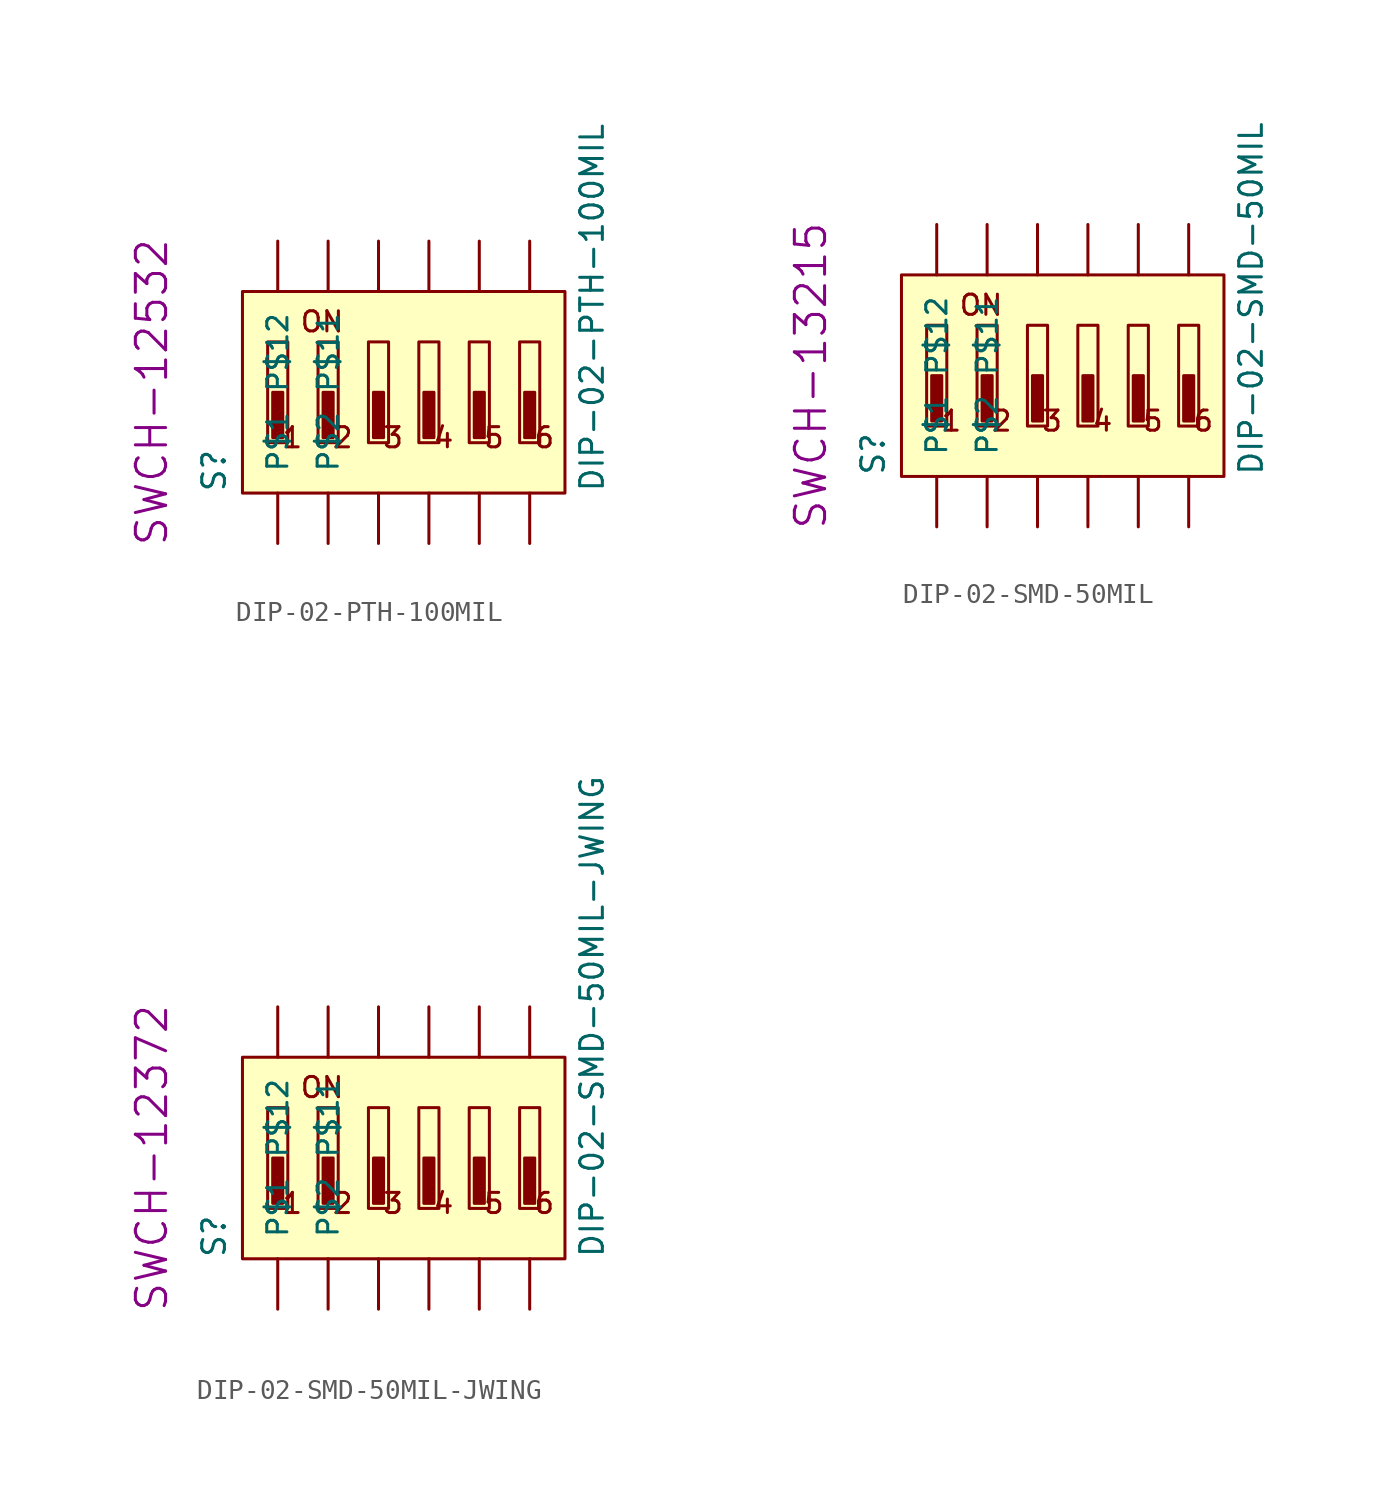
<source format=kicad_sym>
(kicad_symbol_lib
  (version 20201005)
  (generator kicad_symbol_editor)
  (symbol "DIP-02-PTH-100MIL"
    (pin_numbers hide)
    (pin_names
      (offset 1.016))
    (property "Reference" "S"
      (at -2.54 -5.08 90)
      (effects (font (size 1.143 1.143)) (justify left bottom)))
    (property "Value" "DIP-02-PTH-100MIL"
      (at 16.51 -5.08 90)
      (effects (font (size 1.143 1.143)) (justify left bottom)))
    (property "Field4" "SWCH-12532"
      (at -6.35 0 90)
      (effects (font (size 1.524 1.524))))
    (property "ki_locked" ""
      (at 0 0 0)
      (effects (font (size 1.27 1.27))))
    (symbol "DIP-02-PTH-100MIL_1_0"
      (text "1" (at 0.737 -2.286 0) (effects (font (size 1.016 1.016))))
      (text "2" (at 3.277 -2.286 0) (effects (font (size 1.016 1.016))))
      (text "3" (at 5.817 -2.286 0) (effects (font (size 1.016 1.016))))
      (text "4" (at 8.357 -2.286 0) (effects (font (size 1.016 1.016))))
      (text "5" (at 10.897 -2.286 0) (effects (font (size 1.016 1.016))))
      (text "6" (at 13.437 -2.286 0) (effects (font (size 1.016 1.016))))
      (text "ON" (at 2.235 3.556 0) (effects (font (size 1.016 1.016))))
      (polyline (pts (xy 5.08 -7.62) (xy 5.08 -5.08)) (stroke (width 0)) (fill (type none)))
      (polyline (pts (xy 5.08 7.62) (xy 5.08 5.08)) (stroke (width 0)) (fill (type none)))
      (polyline (pts (xy 7.62 -7.62) (xy 7.62 -5.08)) (stroke (width 0)) (fill (type none)))
      (polyline (pts (xy 7.62 7.62) (xy 7.62 5.08)) (stroke (width 0)) (fill (type none)))
      (polyline (pts (xy 10.16 -7.62) (xy 10.16 -5.08)) (stroke (width 0)) (fill (type none)))
      (polyline (pts (xy 10.16 7.62) (xy 10.16 5.08)) (stroke (width 0)) (fill (type none)))
      (polyline (pts (xy 12.7 -7.62) (xy 12.7 -5.08)) (stroke (width 0)) (fill (type none)))
      (polyline (pts (xy 12.7 7.62) (xy 12.7 5.08)) (stroke (width 0)) (fill (type none))))
    (symbol "DIP-02-PTH-100MIL_1_1"
      (rectangle (start -0.254 -2.286) (end 0.254 0) (stroke (width 0)) (fill (type outline)))
      (rectangle (start 2.286 -2.286) (end 2.794 0) (stroke (width 0)) (fill (type outline)))
      (rectangle (start 4.826 -2.286) (end 5.334 0) (stroke (width 0)) (fill (type outline)))
      (rectangle (start 7.366 -2.286) (end 7.874 0) (stroke (width 0)) (fill (type outline)))
      (rectangle (start 9.906 -2.286) (end 10.414 0) (stroke (width 0)) (fill (type outline)))
      (rectangle (start 12.446 -2.286) (end 12.954 0) (stroke (width 0)) (fill (type outline)))
      (polyline (pts (xy -1.778 5.08) (xy 14.478 5.08) (xy 14.478 -5.08) (xy -1.778 -5.08) (xy -1.778 5.08)) (stroke (width 0)) (fill (type background)))
      (polyline (pts (xy -0.508 -2.54) (xy 0.508 -2.54) (xy 0.508 2.54) (xy -0.508 2.54) (xy -0.508 -2.54)) (stroke (width 0)) (fill (type background)))
      (polyline (pts (xy 2.032 -2.54) (xy 3.048 -2.54) (xy 3.048 2.54) (xy 2.032 2.54) (xy 2.032 -2.54)) (stroke (width 0)) (fill (type background)))
      (polyline (pts (xy 4.572 -2.54) (xy 5.588 -2.54) (xy 5.588 2.54) (xy 4.572 2.54) (xy 4.572 -2.54)) (stroke (width 0)) (fill (type background)))
      (polyline (pts (xy 7.112 -2.54) (xy 8.128 -2.54) (xy 8.128 2.54) (xy 7.112 2.54) (xy 7.112 -2.54)) (stroke (width 0)) (fill (type background)))
      (polyline (pts (xy 9.652 -2.54) (xy 10.668 -2.54) (xy 10.668 2.54) (xy 9.652 2.54) (xy 9.652 -2.54)) (stroke (width 0)) (fill (type background)))
      (polyline (pts (xy 12.192 -2.54) (xy 13.208 -2.54) (xy 13.208 2.54) (xy 12.192 2.54) (xy 12.192 -2.54)) (stroke (width 0)) (fill (type background)))
      (pin bidirectional line (at 0 -7.62 90) (length 2.54) (name "P$1" (effects (font (size 1.016 1.016)))) (number "1" (effects (font (size 1.016 1.016)))))
      (pin bidirectional line (at 2.54 -7.62 90) (length 2.54) (name "P$2" (effects (font (size 1.016 1.016)))) (number "2" (effects (font (size 1.016 1.016)))))
      (pin bidirectional line (at 2.54 7.62 270) (length 2.54) (name "P$11" (effects (font (size 1.016 1.016)))) (number "3" (effects (font (size 1.016 1.016)))))
      (pin bidirectional line (at 0 7.62 270) (length 2.54) (name "P$12" (effects (font (size 1.016 1.016)))) (number "4" (effects (font (size 1.016 1.016)))))
      (pin bidirectional line (at 5.08 7.62 270) (length 2.54) hide (name "P$10" (effects (font (size 1.016 1.016)))) (number "~" (effects (font (size 1.016 1.016)))))
      (pin bidirectional line (at 5.08 -7.62 90) (length 2.54) hide (name "P$3" (effects (font (size 1.016 1.016)))) (number "~" (effects (font (size 1.016 1.016)))))
      (pin bidirectional line (at 7.62 -7.62 90) (length 2.54) hide (name "P$4" (effects (font (size 1.016 1.016)))) (number "~" (effects (font (size 1.016 1.016)))))
      (pin bidirectional line (at 10.16 -7.62 90) (length 2.54) hide (name "P$5" (effects (font (size 1.016 1.016)))) (number "~" (effects (font (size 1.016 1.016)))))
      (pin bidirectional line (at 12.7 -7.62 90) (length 2.54) hide (name "P$6" (effects (font (size 1.016 1.016)))) (number "~" (effects (font (size 1.016 1.016)))))
      (pin bidirectional line (at 12.7 7.62 270) (length 2.54) hide (name "P$7" (effects (font (size 1.016 1.016)))) (number "~" (effects (font (size 1.016 1.016)))))
      (pin bidirectional line (at 10.16 7.62 270) (length 2.54) hide (name "P$8" (effects (font (size 1.016 1.016)))) (number "~" (effects (font (size 1.016 1.016)))))
      (pin bidirectional line (at 7.62 7.62 270) (length 2.54) hide (name "P$9" (effects (font (size 1.016 1.016)))) (number "~" (effects (font (size 1.016 1.016)))))))
  (symbol "DIP-02-SMD-50MIL"
    (pin_numbers hide)
    (pin_names
      (offset 1.016))
    (property "Reference" "S"
      (at -2.54 -5.08 90)
      (effects (font (size 1.143 1.143)) (justify left bottom)))
    (property "Value" "DIP-02-SMD-50MIL"
      (at 16.51 -5.08 90)
      (effects (font (size 1.143 1.143)) (justify left bottom)))
    (property "Field4" "SWCH-13215"
      (at -6.35 0 90)
      (effects (font (size 1.524 1.524))))
    (property "ki_locked" ""
      (at 0 0 0)
      (effects (font (size 1.27 1.27))))
    (symbol "DIP-02-SMD-50MIL_1_0"
      (text "1" (at 0.737 -2.286 0) (effects (font (size 1.016 1.016))))
      (text "2" (at 3.277 -2.286 0) (effects (font (size 1.016 1.016))))
      (text "3" (at 5.817 -2.286 0) (effects (font (size 1.016 1.016))))
      (text "4" (at 8.357 -2.286 0) (effects (font (size 1.016 1.016))))
      (text "5" (at 10.897 -2.286 0) (effects (font (size 1.016 1.016))))
      (text "6" (at 13.437 -2.286 0) (effects (font (size 1.016 1.016))))
      (text "ON" (at 2.235 3.556 0) (effects (font (size 1.016 1.016))))
      (polyline (pts (xy 5.08 -7.62) (xy 5.08 -5.08)) (stroke (width 0)) (fill (type none)))
      (polyline (pts (xy 5.08 7.62) (xy 5.08 5.08)) (stroke (width 0)) (fill (type none)))
      (polyline (pts (xy 7.62 -7.62) (xy 7.62 -5.08)) (stroke (width 0)) (fill (type none)))
      (polyline (pts (xy 7.62 7.62) (xy 7.62 5.08)) (stroke (width 0)) (fill (type none)))
      (polyline (pts (xy 10.16 -7.62) (xy 10.16 -5.08)) (stroke (width 0)) (fill (type none)))
      (polyline (pts (xy 10.16 7.62) (xy 10.16 5.08)) (stroke (width 0)) (fill (type none)))
      (polyline (pts (xy 12.7 -7.62) (xy 12.7 -5.08)) (stroke (width 0)) (fill (type none)))
      (polyline (pts (xy 12.7 7.62) (xy 12.7 5.08)) (stroke (width 0)) (fill (type none))))
    (symbol "DIP-02-SMD-50MIL_1_1"
      (rectangle (start -0.254 -2.286) (end 0.254 0) (stroke (width 0)) (fill (type outline)))
      (rectangle (start 2.286 -2.286) (end 2.794 0) (stroke (width 0)) (fill (type outline)))
      (rectangle (start 4.826 -2.286) (end 5.334 0) (stroke (width 0)) (fill (type outline)))
      (rectangle (start 7.366 -2.286) (end 7.874 0) (stroke (width 0)) (fill (type outline)))
      (rectangle (start 9.906 -2.286) (end 10.414 0) (stroke (width 0)) (fill (type outline)))
      (rectangle (start 12.446 -2.286) (end 12.954 0) (stroke (width 0)) (fill (type outline)))
      (polyline (pts (xy -1.778 5.08) (xy 14.478 5.08) (xy 14.478 -5.08) (xy -1.778 -5.08) (xy -1.778 5.08)) (stroke (width 0)) (fill (type background)))
      (polyline (pts (xy -0.508 -2.54) (xy 0.508 -2.54) (xy 0.508 2.54) (xy -0.508 2.54) (xy -0.508 -2.54)) (stroke (width 0)) (fill (type background)))
      (polyline (pts (xy 2.032 -2.54) (xy 3.048 -2.54) (xy 3.048 2.54) (xy 2.032 2.54) (xy 2.032 -2.54)) (stroke (width 0)) (fill (type background)))
      (polyline (pts (xy 4.572 -2.54) (xy 5.588 -2.54) (xy 5.588 2.54) (xy 4.572 2.54) (xy 4.572 -2.54)) (stroke (width 0)) (fill (type background)))
      (polyline (pts (xy 7.112 -2.54) (xy 8.128 -2.54) (xy 8.128 2.54) (xy 7.112 2.54) (xy 7.112 -2.54)) (stroke (width 0)) (fill (type background)))
      (polyline (pts (xy 9.652 -2.54) (xy 10.668 -2.54) (xy 10.668 2.54) (xy 9.652 2.54) (xy 9.652 -2.54)) (stroke (width 0)) (fill (type background)))
      (polyline (pts (xy 12.192 -2.54) (xy 13.208 -2.54) (xy 13.208 2.54) (xy 12.192 2.54) (xy 12.192 -2.54)) (stroke (width 0)) (fill (type background)))
      (pin bidirectional line (at 0 -7.62 90) (length 2.54) (name "P$1" (effects (font (size 1.016 1.016)))) (number "1" (effects (font (size 1.016 1.016)))))
      (pin bidirectional line (at 2.54 -7.62 90) (length 2.54) (name "P$2" (effects (font (size 1.016 1.016)))) (number "2" (effects (font (size 1.016 1.016)))))
      (pin bidirectional line (at 2.54 7.62 270) (length 2.54) (name "P$11" (effects (font (size 1.016 1.016)))) (number "3" (effects (font (size 1.016 1.016)))))
      (pin bidirectional line (at 0 7.62 270) (length 2.54) (name "P$12" (effects (font (size 1.016 1.016)))) (number "4" (effects (font (size 1.016 1.016)))))
      (pin bidirectional line (at 5.08 7.62 270) (length 2.54) hide (name "P$10" (effects (font (size 1.016 1.016)))) (number "~" (effects (font (size 1.016 1.016)))))
      (pin bidirectional line (at 5.08 -7.62 90) (length 2.54) hide (name "P$3" (effects (font (size 1.016 1.016)))) (number "~" (effects (font (size 1.016 1.016)))))
      (pin bidirectional line (at 7.62 -7.62 90) (length 2.54) hide (name "P$4" (effects (font (size 1.016 1.016)))) (number "~" (effects (font (size 1.016 1.016)))))
      (pin bidirectional line (at 10.16 -7.62 90) (length 2.54) hide (name "P$5" (effects (font (size 1.016 1.016)))) (number "~" (effects (font (size 1.016 1.016)))))
      (pin bidirectional line (at 12.7 -7.62 90) (length 2.54) hide (name "P$6" (effects (font (size 1.016 1.016)))) (number "~" (effects (font (size 1.016 1.016)))))
      (pin bidirectional line (at 12.7 7.62 270) (length 2.54) hide (name "P$7" (effects (font (size 1.016 1.016)))) (number "~" (effects (font (size 1.016 1.016)))))
      (pin bidirectional line (at 10.16 7.62 270) (length 2.54) hide (name "P$8" (effects (font (size 1.016 1.016)))) (number "~" (effects (font (size 1.016 1.016)))))
      (pin bidirectional line (at 7.62 7.62 270) (length 2.54) hide (name "P$9" (effects (font (size 1.016 1.016)))) (number "~" (effects (font (size 1.016 1.016)))))))
  (symbol "DIP-02-SMD-50MIL-JWING"
    (pin_numbers hide)
    (pin_names
      (offset 1.016))
    (property "Reference" "S"
      (at -2.54 -5.08 90)
      (effects (font (size 1.143 1.143)) (justify left bottom)))
    (property "Value" "DIP-02-SMD-50MIL-JWING"
      (at 16.51 -5.08 90)
      (effects (font (size 1.143 1.143)) (justify left bottom)))
    (property "Field4" "SWCH-12372"
      (at -6.35 0 90)
      (effects (font (size 1.524 1.524))))
    (property "ki_locked" ""
      (at 0 0 0)
      (effects (font (size 1.27 1.27))))
    (symbol "DIP-02-SMD-50MIL-JWING_1_0"
      (text "1" (at 0.737 -2.286 0) (effects (font (size 1.016 1.016))))
      (text "2" (at 3.277 -2.286 0) (effects (font (size 1.016 1.016))))
      (text "3" (at 5.817 -2.286 0) (effects (font (size 1.016 1.016))))
      (text "4" (at 8.357 -2.286 0) (effects (font (size 1.016 1.016))))
      (text "5" (at 10.897 -2.286 0) (effects (font (size 1.016 1.016))))
      (text "6" (at 13.437 -2.286 0) (effects (font (size 1.016 1.016))))
      (text "ON" (at 2.235 3.556 0) (effects (font (size 1.016 1.016))))
      (polyline (pts (xy 5.08 -7.62) (xy 5.08 -5.08)) (stroke (width 0)) (fill (type none)))
      (polyline (pts (xy 5.08 7.62) (xy 5.08 5.08)) (stroke (width 0)) (fill (type none)))
      (polyline (pts (xy 7.62 -7.62) (xy 7.62 -5.08)) (stroke (width 0)) (fill (type none)))
      (polyline (pts (xy 7.62 7.62) (xy 7.62 5.08)) (stroke (width 0)) (fill (type none)))
      (polyline (pts (xy 10.16 -7.62) (xy 10.16 -5.08)) (stroke (width 0)) (fill (type none)))
      (polyline (pts (xy 10.16 7.62) (xy 10.16 5.08)) (stroke (width 0)) (fill (type none)))
      (polyline (pts (xy 12.7 -7.62) (xy 12.7 -5.08)) (stroke (width 0)) (fill (type none)))
      (polyline (pts (xy 12.7 7.62) (xy 12.7 5.08)) (stroke (width 0)) (fill (type none))))
    (symbol "DIP-02-SMD-50MIL-JWING_1_1"
      (rectangle (start -0.254 -2.286) (end 0.254 0) (stroke (width 0)) (fill (type outline)))
      (rectangle (start 2.286 -2.286) (end 2.794 0) (stroke (width 0)) (fill (type outline)))
      (rectangle (start 4.826 -2.286) (end 5.334 0) (stroke (width 0)) (fill (type outline)))
      (rectangle (start 7.366 -2.286) (end 7.874 0) (stroke (width 0)) (fill (type outline)))
      (rectangle (start 9.906 -2.286) (end 10.414 0) (stroke (width 0)) (fill (type outline)))
      (rectangle (start 12.446 -2.286) (end 12.954 0) (stroke (width 0)) (fill (type outline)))
      (polyline (pts (xy -1.778 5.08) (xy 14.478 5.08) (xy 14.478 -5.08) (xy -1.778 -5.08) (xy -1.778 5.08)) (stroke (width 0)) (fill (type background)))
      (polyline (pts (xy -0.508 -2.54) (xy 0.508 -2.54) (xy 0.508 2.54) (xy -0.508 2.54) (xy -0.508 -2.54)) (stroke (width 0)) (fill (type background)))
      (polyline (pts (xy 2.032 -2.54) (xy 3.048 -2.54) (xy 3.048 2.54) (xy 2.032 2.54) (xy 2.032 -2.54)) (stroke (width 0)) (fill (type background)))
      (polyline (pts (xy 4.572 -2.54) (xy 5.588 -2.54) (xy 5.588 2.54) (xy 4.572 2.54) (xy 4.572 -2.54)) (stroke (width 0)) (fill (type background)))
      (polyline (pts (xy 7.112 -2.54) (xy 8.128 -2.54) (xy 8.128 2.54) (xy 7.112 2.54) (xy 7.112 -2.54)) (stroke (width 0)) (fill (type background)))
      (polyline (pts (xy 9.652 -2.54) (xy 10.668 -2.54) (xy 10.668 2.54) (xy 9.652 2.54) (xy 9.652 -2.54)) (stroke (width 0)) (fill (type background)))
      (polyline (pts (xy 12.192 -2.54) (xy 13.208 -2.54) (xy 13.208 2.54) (xy 12.192 2.54) (xy 12.192 -2.54)) (stroke (width 0)) (fill (type background)))
      (pin bidirectional line (at 0 -7.62 90) (length 2.54) (name "P$1" (effects (font (size 1.016 1.016)))) (number "1" (effects (font (size 1.016 1.016)))))
      (pin bidirectional line (at 2.54 -7.62 90) (length 2.54) (name "P$2" (effects (font (size 1.016 1.016)))) (number "2" (effects (font (size 1.016 1.016)))))
      (pin bidirectional line (at 2.54 7.62 270) (length 2.54) (name "P$11" (effects (font (size 1.016 1.016)))) (number "3" (effects (font (size 1.016 1.016)))))
      (pin bidirectional line (at 0 7.62 270) (length 2.54) (name "P$12" (effects (font (size 1.016 1.016)))) (number "4" (effects (font (size 1.016 1.016)))))
      (pin bidirectional line (at 5.08 7.62 270) (length 2.54) hide (name "P$10" (effects (font (size 1.016 1.016)))) (number "~" (effects (font (size 1.016 1.016)))))
      (pin bidirectional line (at 5.08 -7.62 90) (length 2.54) hide (name "P$3" (effects (font (size 1.016 1.016)))) (number "~" (effects (font (size 1.016 1.016)))))
      (pin bidirectional line (at 7.62 -7.62 90) (length 2.54) hide (name "P$4" (effects (font (size 1.016 1.016)))) (number "~" (effects (font (size 1.016 1.016)))))
      (pin bidirectional line (at 10.16 -7.62 90) (length 2.54) hide (name "P$5" (effects (font (size 1.016 1.016)))) (number "~" (effects (font (size 1.016 1.016)))))
      (pin bidirectional line (at 12.7 -7.62 90) (length 2.54) hide (name "P$6" (effects (font (size 1.016 1.016)))) (number "~" (effects (font (size 1.016 1.016)))))
      (pin bidirectional line (at 12.7 7.62 270) (length 2.54) hide (name "P$7" (effects (font (size 1.016 1.016)))) (number "~" (effects (font (size 1.016 1.016)))))
      (pin bidirectional line (at 10.16 7.62 270) (length 2.54) hide (name "P$8" (effects (font (size 1.016 1.016)))) (number "~" (effects (font (size 1.016 1.016)))))
      (pin bidirectional line (at 7.62 7.62 270) (length 2.54) hide (name "P$9" (effects (font (size 1.016 1.016)))) (number "~" (effects (font (size 1.016 1.016))))))))
</source>
